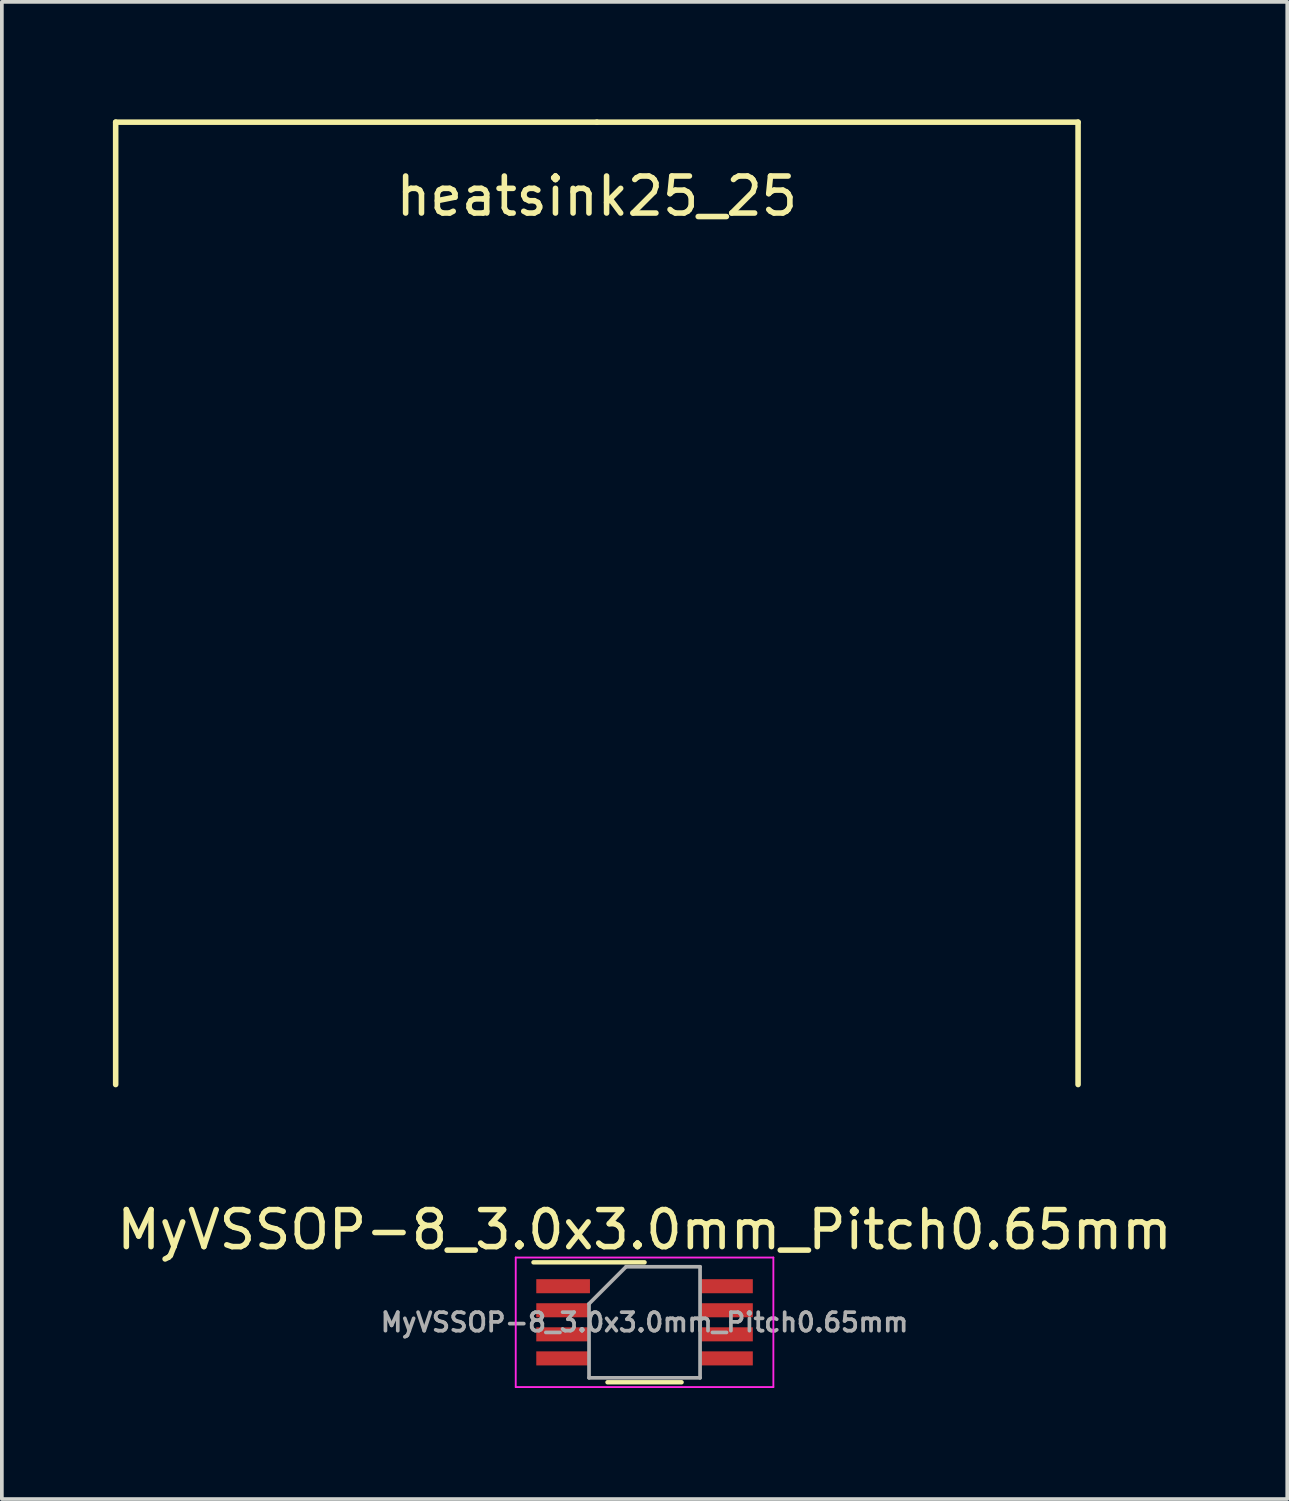
<source format=kicad_pcb>
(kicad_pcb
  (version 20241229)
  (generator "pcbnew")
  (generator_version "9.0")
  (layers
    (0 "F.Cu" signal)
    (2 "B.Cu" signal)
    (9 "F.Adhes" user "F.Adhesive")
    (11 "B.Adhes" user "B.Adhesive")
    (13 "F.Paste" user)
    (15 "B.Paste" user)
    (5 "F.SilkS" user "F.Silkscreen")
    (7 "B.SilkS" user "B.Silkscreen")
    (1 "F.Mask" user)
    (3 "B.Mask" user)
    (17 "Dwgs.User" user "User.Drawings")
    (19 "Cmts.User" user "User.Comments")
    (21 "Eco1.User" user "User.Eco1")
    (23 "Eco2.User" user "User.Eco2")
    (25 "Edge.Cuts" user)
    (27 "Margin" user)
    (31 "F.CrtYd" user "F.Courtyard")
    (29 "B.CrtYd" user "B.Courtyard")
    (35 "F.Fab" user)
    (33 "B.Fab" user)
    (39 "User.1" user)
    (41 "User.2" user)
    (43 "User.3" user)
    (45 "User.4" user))
  (footprint "heatsink25_25"
    (layer "F.Cu")
    (at 13.075 0.25)
    (property "Reference" "heatsink25_25" (at 0 2 0) (layer "F.SilkS") (effects (font (size 1 1) (thickness 0.15))))
    (attr through_hole)
    (fp_line (start -13 0) (end -13 26) (stroke (width 0.15) (type solid)) (layer "F.SilkS"))
    (fp_line (start 0 0) (end -13 0) (stroke (width 0.15) (type solid)) (layer "F.SilkS"))
    (fp_line (start 0 0) (end 13 0) (stroke (width 0.15) (type solid)) (layer "F.SilkS"))
    (fp_line (start 13 0) (end 13 26) (stroke (width 0.15) (type solid)) (layer "F.SilkS")))
  (footprint "MyVSSOP-8_3.0x3.0mm_Pitch0.65mm"
    (layer "F.Cu")
    (at 14.363 32.673)
    (property "Reference" "MyVSSOP-8_3.0x3.0mm_Pitch0.65mm" (at 0 -2.5 0) (layer "F.SilkS") (effects (font (size 1 1) (thickness 0.15))))
    (attr smd)
    (fp_line (start 0 -1.62) (end -3 -1.62) (stroke (width 0.12) (type solid)) (layer "F.SilkS"))
    (fp_line (start 1 1.62) (end -1 1.62) (stroke (width 0.12) (type solid)) (layer "F.SilkS"))
    (fp_line (start -3.48 -1.75) (end 3.48 -1.75) (stroke (width 0.05) (type solid)) (layer "F.CrtYd"))
    (fp_line (start -3.48 1.75) (end -3.48 -1.75) (stroke (width 0.05) (type solid)) (layer "F.CrtYd"))
    (fp_line (start 3.48 -1.75) (end 3.48 1.75) (stroke (width 0.05) (type solid)) (layer "F.CrtYd"))
    (fp_line (start 3.48 1.75) (end -3.48 1.75) (stroke (width 0.05) (type solid)) (layer "F.CrtYd"))
    (fp_line (start -1.5 1.5) (end -1.5 -0.5) (stroke (width 0.1) (type solid)) (layer "F.Fab"))
    (fp_line (start -0.5 -1.5) (end -1.5 -0.5) (stroke (width 0.1) (type solid)) (layer "F.Fab"))
    (fp_line (start -0.5 -1.5) (end 1.5 -1.5) (stroke (width 0.1) (type solid)) (layer "F.Fab"))
    (fp_line (start 1.5 -1.5) (end 1.5 1.5) (stroke (width 0.1) (type solid)) (layer "F.Fab"))
    (fp_line (start 1.5 1.5) (end -1.5 1.5) (stroke (width 0.1) (type solid)) (layer "F.Fab"))
    (fp_text user "${REFERENCE}" (at 0 0 0) (layer "F.Fab") (effects (font (size 0.5 0.5) (thickness 0.1))))
    (pad "1" smd rect (at -2.2 -0.975 270) (size 0.38 1.45) (layers "F.Cu" "F.Mask" "F.Paste"))
    (pad "2" smd rect (at -2.2 -0.325 270) (size 0.38 1.45) (layers "F.Cu" "F.Mask" "F.Paste"))
    (pad "3" smd rect (at -2.2 0.325 270) (size 0.38 1.45) (layers "F.Cu" "F.Mask" "F.Paste"))
    (pad "4" smd rect (at -2.2 0.975 270) (size 0.38 1.45) (layers "F.Cu" "F.Mask" "F.Paste"))
    (pad "5" smd rect (at 2.2 0.975 270) (size 0.38 1.45) (layers "F.Cu" "F.Mask" "F.Paste"))
    (pad "6" smd rect (at 2.2 0.325 270) (size 0.38 1.45) (layers "F.Cu" "F.Mask" "F.Paste"))
    (pad "7" smd rect (at 2.2 -0.325 270) (size 0.38 1.45) (layers "F.Cu" "F.Mask" "F.Paste"))
    (pad "8" smd rect (at 2.2 -0.975 270) (size 0.38 1.45) (layers "F.Cu" "F.Mask" "F.Paste")))
  (gr_rect
    (start -3 -3)
    (end 31.726 37.448)
    (stroke (width 0.1) (type default))
    (fill no)
    (layer "Edge.Cuts")))
</source>
